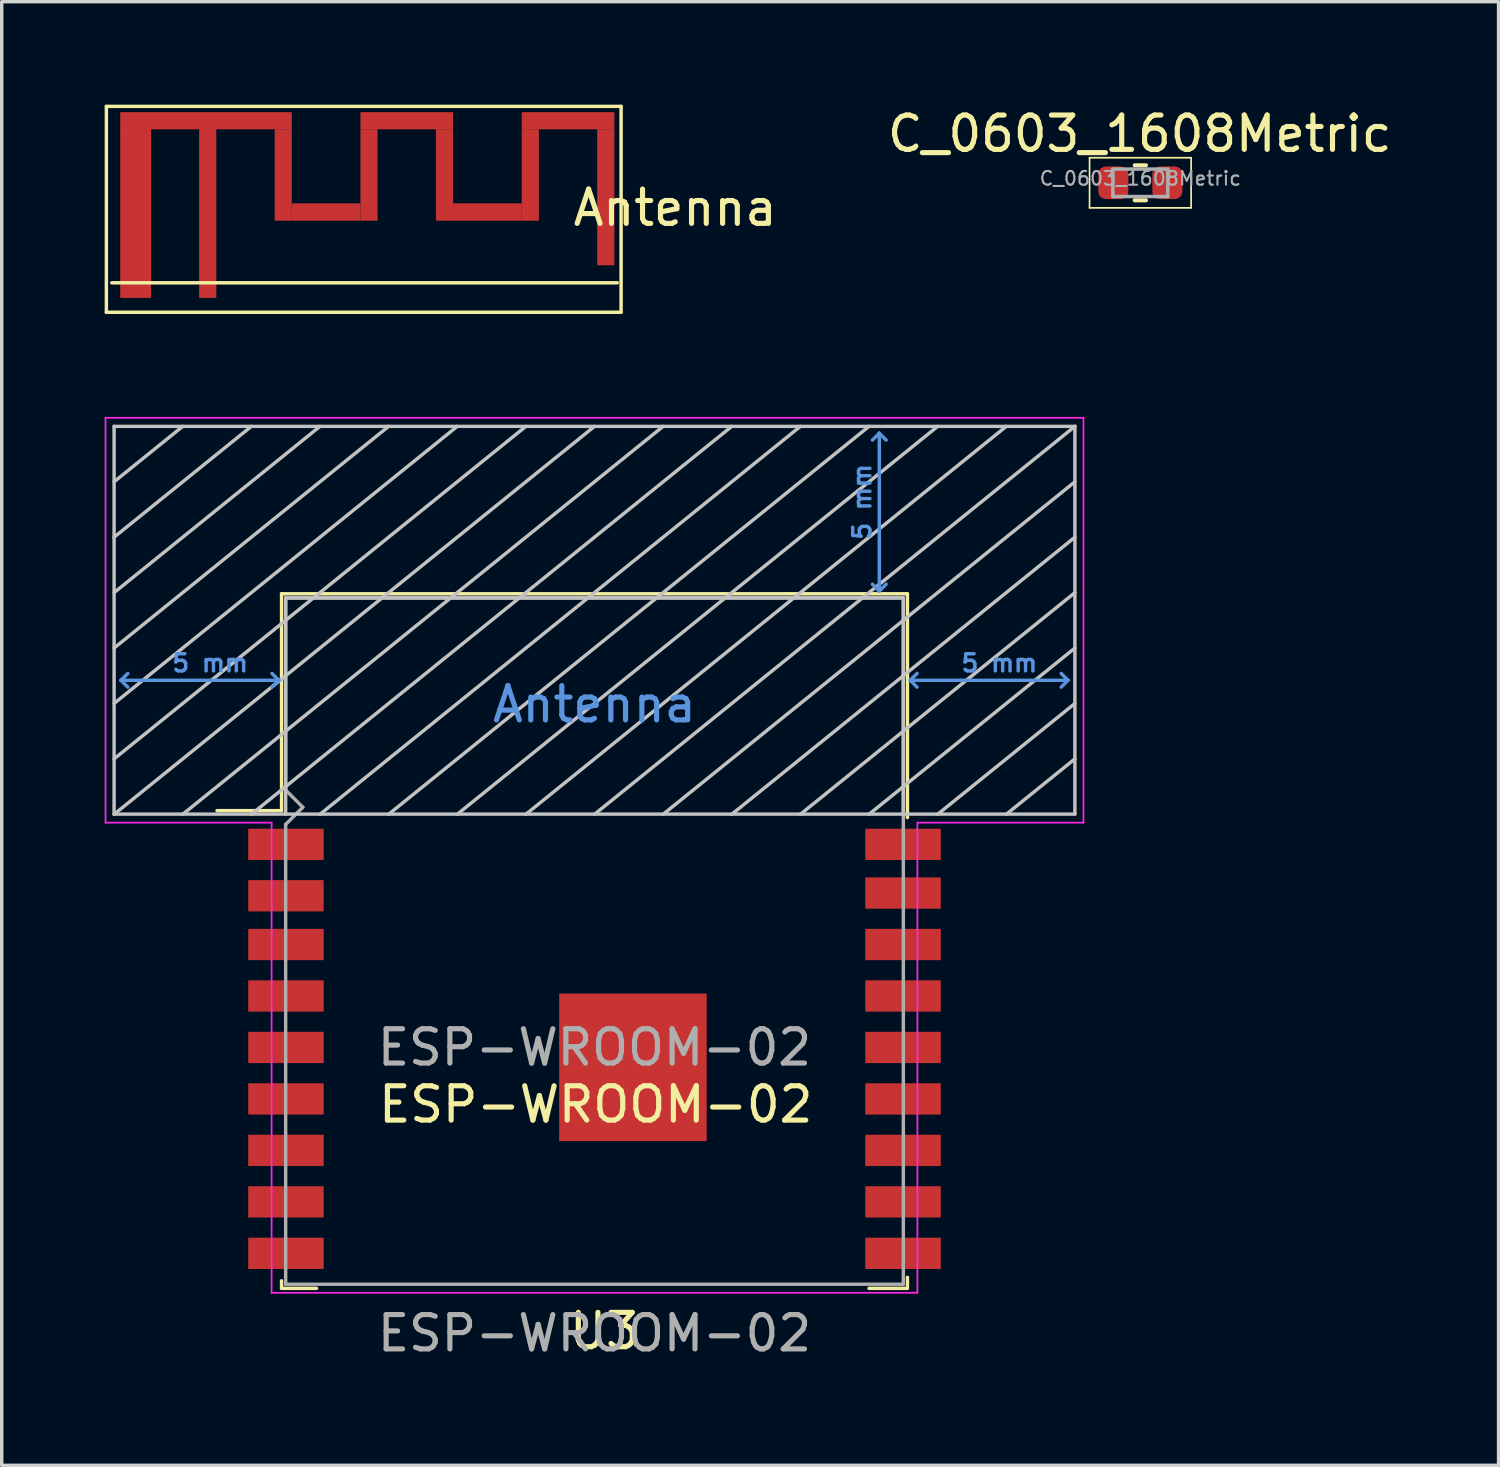
<source format=kicad_pcb>
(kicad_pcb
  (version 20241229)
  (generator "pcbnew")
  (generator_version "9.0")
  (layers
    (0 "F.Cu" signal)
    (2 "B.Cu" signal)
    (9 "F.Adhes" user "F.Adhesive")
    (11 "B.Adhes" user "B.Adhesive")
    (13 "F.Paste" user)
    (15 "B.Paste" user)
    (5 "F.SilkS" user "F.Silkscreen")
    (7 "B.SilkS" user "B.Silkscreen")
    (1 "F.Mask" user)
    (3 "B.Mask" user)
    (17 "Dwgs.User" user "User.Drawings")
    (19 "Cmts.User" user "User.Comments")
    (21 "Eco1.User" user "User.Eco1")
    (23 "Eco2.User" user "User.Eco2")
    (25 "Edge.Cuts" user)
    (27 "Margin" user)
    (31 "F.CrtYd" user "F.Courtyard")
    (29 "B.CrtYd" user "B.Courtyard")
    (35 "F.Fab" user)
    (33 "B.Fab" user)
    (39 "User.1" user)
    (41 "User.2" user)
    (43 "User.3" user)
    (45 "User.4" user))
  (footprint "C_0603_1608Metric"
    (layer "F.Cu")
    (at 30.182 2.277)
    (property "Reference" "C_0603_1608Metric" (at -0.019 -1.429 0) (layer "F.SilkS") (effects (font (size 1 1) (thickness 0.15))))
    (attr smd)
    (fp_line (start -1.48 -0.73) (end 1.48 -0.73) (stroke (width 0.05) (type solid)) (layer "F.SilkS"))
    (fp_line (start -1.48 0.73) (end -1.48 -0.73) (stroke (width 0.05) (type solid)) (layer "F.SilkS"))
    (fp_line (start -0.163 -0.51) (end 0.163 -0.51) (stroke (width 0.12) (type solid)) (layer "F.SilkS"))
    (fp_line (start -0.163 0.51) (end 0.163 0.51) (stroke (width 0.12) (type solid)) (layer "F.SilkS"))
    (fp_line (start 1.48 -0.73) (end 1.48 0.73) (stroke (width 0.05) (type solid)) (layer "F.SilkS"))
    (fp_line (start 1.48 0.73) (end -1.48 0.73) (stroke (width 0.05) (type solid)) (layer "F.SilkS"))
    (fp_line (start -0.8 -0.4) (end 0.8 -0.4) (stroke (width 0.1) (type solid)) (layer "F.Fab"))
    (fp_line (start -0.8 0.4) (end -0.8 -0.4) (stroke (width 0.1) (type solid)) (layer "F.Fab"))
    (fp_line (start 0.8 -0.4) (end 0.8 0.4) (stroke (width 0.1) (type solid)) (layer "F.Fab"))
    (fp_line (start 0.8 0.4) (end -0.8 0.4) (stroke (width 0.1) (type solid)) (layer "F.Fab"))
    (fp_text user "${REFERENCE}" (at 0 -0.127 0) (layer "F.Fab") (effects (font (size 0.4 0.4) (thickness 0.06))))
    (pad "1" smd roundrect (at -0.787 0) (size 0.875 0.95) (layers "F.Cu" "F.Mask" "F.Paste") (roundrect_rratio 0.25))
    (pad "2" smd roundrect (at 0.787 0) (size 0.875 0.95) (layers "F.Cu" "F.Mask" "F.Paste") (roundrect_rratio 0.25)))
  (footprint "Antenna"
    (layer "F.Cu")
    (at 7.254 2.929)
    (property "Reference" "Antenna" (at 9.373 0.076 0) (layer "F.SilkS") (effects (font (size 1 1) (thickness 0.15))))
    (attr through_hole)
    (fp_line (start -7.204 -2.879) (end 7.796 -2.879) (stroke (width 0.1) (type solid)) (layer "F.SilkS"))
    (fp_line (start -7.204 3.121) (end -7.204 -2.879) (stroke (width 0.1) (type solid)) (layer "F.SilkS"))
    (fp_line (start -7.204 3.121) (end 7.796 3.121) (stroke (width 0.1) (type solid)) (layer "F.SilkS"))
    (fp_line (start 7.686 2.262) (end -7.046 2.262) (stroke (width 0.1) (type solid)) (layer "F.SilkS"))
    (fp_line (start 7.796 3.121) (end 7.796 -2.879) (stroke (width 0.1) (type solid)) (layer "F.SilkS"))
    (pad "" smd rect (at -4.3 -2.46 270) (size 0.5 5) (layers "F.Cu" "F.Mask"))
    (pad "" smd rect (at -2.05 -0.88) (size 0.5 2.665) (layers "F.Cu" "F.Mask"))
    (pad "" smd rect (at -0.8 0.2 90) (size 0.505 2) (layers "F.Cu" "F.Mask"))
    (pad "" smd rect (at 0.45 -0.88) (size 0.5 2.665) (layers "F.Cu" "F.Mask"))
    (pad "" smd rect (at 1.55 -2.46 90) (size 0.5 2.7) (layers "F.Cu" "F.Mask"))
    (pad "" smd rect (at 2.65 -0.88) (size 0.5 2.665) (layers "F.Cu" "F.Mask"))
    (pad "" smd rect (at 3.9 0.2 90) (size 0.505 2) (layers "F.Cu" "F.Mask"))
    (pad "" smd rect (at 5.15 -0.88 180) (size 0.5 2.665) (layers "F.Cu" "F.Mask"))
    (pad "" smd rect (at 6.25 -2.46 270) (size 0.5 2.7) (layers "F.Cu" "F.Mask"))
    (pad "" smd rect (at 7.35 -0.23) (size 0.5 3.965) (layers "F.Cu" "F.Mask"))
    (pad "1" smd rect (at -4.25 0.24 180) (size 0.5 4.925) (layers "F.Cu" "F.Mask"))
    (pad "2" smd rect (at -6.35 0.24 270) (size 4.925 0.9) (layers "F.Cu" "F.Mask")))
  (footprint "ESP-WROOM-02"
    (layer "F.Cu")
    (at 14.021 20.871)
    (property "Reference" "ESP-WROOM-02" (at 0.291 8.266 180) (layer "F.SilkS") (effects (font (size 1 1) (thickness 0.15))))
    (attr through_hole)
    (fp_line (start -8.866 -6.616) (end -8.866 -0.296) (stroke (width 0.1) (type solid)) (layer "F.SilkS"))
    (fp_line (start -8.866 -6.616) (end 9.374 -6.616) (stroke (width 0.1) (type solid)) (layer "F.SilkS"))
    (fp_line (start -8.866 -0.296) (end -10.746 -0.296) (stroke (width 0.1) (type solid)) (layer "F.SilkS"))
    (fp_line (start -8.866 13.404) (end -8.866 13.624) (stroke (width 0.1) (type solid)) (layer "F.SilkS"))
    (fp_line (start -8.866 13.624) (end -7.846 13.624) (stroke (width 0.1) (type solid)) (layer "F.SilkS"))
    (fp_line (start 8.254 13.624) (end 9.374 13.624) (stroke (width 0.1) (type solid)) (layer "F.SilkS"))
    (fp_line (start 9.374 -6.616) (end 9.374 -0.096) (stroke (width 0.1) (type solid)) (layer "F.SilkS"))
    (fp_line (start 9.374 13.304) (end 9.374 13.604) (stroke (width 0.1) (type solid)) (layer "F.SilkS"))
    (fp_line (start -13.746 -0.196) (end -13.746 -11.496) (stroke (width 0.1) (type solid)) (layer "Dwgs.User"))
    (fp_line (start -11.746 -11.496) (end -13.746 -9.881) (stroke (width 0.1) (type solid)) (layer "Dwgs.User"))
    (fp_line (start -9.746 -11.496) (end -13.746 -8.266) (stroke (width 0.1) (type solid)) (layer "Dwgs.User"))
    (fp_line (start -8.746 -6.496) (end 9.254 -6.496) (stroke (width 0.1) (type solid)) (layer "Dwgs.User"))
    (fp_line (start -8.746 -0.196) (end -8.746 -6.496) (stroke (width 0.1) (type solid)) (layer "Dwgs.User"))
    (fp_line (start -7.746 -11.496) (end -13.746 -6.651) (stroke (width 0.1) (type solid)) (layer "Dwgs.User"))
    (fp_line (start -7.746 -0.191) (end 6.254 -11.496) (stroke (width 0.1) (type solid)) (layer "Dwgs.User"))
    (fp_line (start -5.746 -11.496) (end -13.746 -5.036) (stroke (width 0.1) (type solid)) (layer "Dwgs.User"))
    (fp_line (start -3.746 -11.496) (end -13.746 -3.421) (stroke (width 0.1) (type solid)) (layer "Dwgs.User"))
    (fp_line (start -1.746 -11.496) (end -13.746 -1.806) (stroke (width 0.1) (type solid)) (layer "Dwgs.User"))
    (fp_line (start 0.254 -11.496) (end -13.746 -0.191) (stroke (width 0.1) (type solid)) (layer "Dwgs.User"))
    (fp_line (start 2.254 -11.496) (end -11.746 -0.191) (stroke (width 0.1) (type solid)) (layer "Dwgs.User"))
    (fp_line (start 4.254 -11.496) (end -9.746 -0.191) (stroke (width 0.1) (type solid)) (layer "Dwgs.User"))
    (fp_line (start 8.254 -11.496) (end -5.746 -0.191) (stroke (width 0.1) (type solid)) (layer "Dwgs.User"))
    (fp_line (start 9.254 -6.496) (end 9.254 -0.176) (stroke (width 0.1) (type solid)) (layer "Dwgs.User"))
    (fp_line (start 10.254 -11.496) (end -3.746 -0.191) (stroke (width 0.1) (type solid)) (layer "Dwgs.User"))
    (fp_line (start 12.254 -11.496) (end -1.746 -0.191) (stroke (width 0.1) (type solid)) (layer "Dwgs.User"))
    (fp_line (start 14.254 -11.496) (end -13.746 -11.496) (stroke (width 0.1) (type solid)) (layer "Dwgs.User"))
    (fp_line (start 14.254 -11.496) (end 0.254 -0.191) (stroke (width 0.1) (type solid)) (layer "Dwgs.User"))
    (fp_line (start 14.254 -9.881) (end 2.254 -0.191) (stroke (width 0.1) (type solid)) (layer "Dwgs.User"))
    (fp_line (start 14.254 -8.266) (end 4.254 -0.191) (stroke (width 0.1) (type solid)) (layer "Dwgs.User"))
    (fp_line (start 14.254 -6.651) (end 6.254 -0.191) (stroke (width 0.1) (type solid)) (layer "Dwgs.User"))
    (fp_line (start 14.254 -5.036) (end 8.254 -0.191) (stroke (width 0.1) (type solid)) (layer "Dwgs.User"))
    (fp_line (start 14.254 -3.421) (end 10.254 -0.191) (stroke (width 0.1) (type solid)) (layer "Dwgs.User"))
    (fp_line (start 14.254 -1.806) (end 12.254 -0.191) (stroke (width 0.1) (type solid)) (layer "Dwgs.User"))
    (fp_line (start 14.254 -0.196) (end -13.746 -0.196) (stroke (width 0.1) (type solid)) (layer "Dwgs.User"))
    (fp_line (start 14.254 -0.196) (end 14.254 -11.496) (stroke (width 0.1) (type solid)) (layer "Dwgs.User"))
    (fp_line (start -13.546 -4.096) (end -13.346 -4.296) (stroke (width 0.1) (type solid)) (layer "Cmts.User"))
    (fp_line (start -13.546 -4.096) (end -13.346 -3.896) (stroke (width 0.1) (type solid)) (layer "Cmts.User"))
    (fp_line (start -13.546 -4.096) (end -8.946 -4.096) (stroke (width 0.1) (type solid)) (layer "Cmts.User"))
    (fp_line (start -8.946 -4.096) (end -9.146 -4.296) (stroke (width 0.1) (type solid)) (layer "Cmts.User"))
    (fp_line (start -8.946 -4.096) (end -9.146 -3.896) (stroke (width 0.1) (type solid)) (layer "Cmts.User"))
    (fp_line (start 8.554 -11.296) (end 8.354 -11.096) (stroke (width 0.1) (type solid)) (layer "Cmts.User"))
    (fp_line (start 8.554 -11.296) (end 8.754 -11.096) (stroke (width 0.1) (type solid)) (layer "Cmts.User"))
    (fp_line (start 8.554 -6.696) (end 8.354 -6.896) (stroke (width 0.1) (type solid)) (layer "Cmts.User"))
    (fp_line (start 8.554 -6.696) (end 8.554 -11.296) (stroke (width 0.1) (type solid)) (layer "Cmts.User"))
    (fp_line (start 8.554 -6.696) (end 8.754 -6.896) (stroke (width 0.1) (type solid)) (layer "Cmts.User"))
    (fp_line (start 9.454 -4.096) (end 9.654 -4.296) (stroke (width 0.1) (type solid)) (layer "Cmts.User"))
    (fp_line (start 9.454 -4.096) (end 9.654 -3.896) (stroke (width 0.1) (type solid)) (layer "Cmts.User"))
    (fp_line (start 9.454 -4.096) (end 14.054 -4.096) (stroke (width 0.1) (type solid)) (layer "Cmts.User"))
    (fp_line (start 14.054 -4.096) (end 13.854 -4.296) (stroke (width 0.1) (type solid)) (layer "Cmts.User"))
    (fp_line (start 14.054 -4.096) (end 13.854 -3.896) (stroke (width 0.1) (type solid)) (layer "Cmts.User"))
    (fp_line (start -13.996 -11.746) (end -13.996 0.054) (stroke (width 0.05) (type solid)) (layer "F.CrtYd"))
    (fp_line (start -13.996 -11.746) (end 14.504 -11.746) (stroke (width 0.05) (type solid)) (layer "F.CrtYd"))
    (fp_line (start -13.996 0.054) (end -9.156 0.054) (stroke (width 0.05) (type solid)) (layer "F.CrtYd"))
    (fp_line (start -9.156 13.754) (end -9.156 0.054) (stroke (width 0.05) (type solid)) (layer "F.CrtYd"))
    (fp_line (start -9.156 13.754) (end 9.664 13.754) (stroke (width 0.05) (type solid)) (layer "F.CrtYd"))
    (fp_line (start 9.664 0.054) (end 9.664 13.754) (stroke (width 0.05) (type solid)) (layer "F.CrtYd"))
    (fp_line (start 9.664 0.054) (end 14.504 0.054) (stroke (width 0.05) (type solid)) (layer "F.CrtYd"))
    (fp_line (start 14.504 -11.746) (end 14.504 0.054) (stroke (width 0.05) (type solid)) (layer "F.CrtYd"))
    (fp_line (start -8.746 -6.496) (end -8.746 -0.896) (stroke (width 0.1) (type solid)) (layer "F.Fab"))
    (fp_line (start -8.746 -6.496) (end 9.254 -6.496) (stroke (width 0.1) (type solid)) (layer "F.Fab"))
    (fp_line (start -8.746 -0.896) (end -8.246 -0.396) (stroke (width 0.1) (type solid)) (layer "F.Fab"))
    (fp_line (start -8.746 0.104) (end -8.746 13.504) (stroke (width 0.1) (type solid)) (layer "F.Fab"))
    (fp_line (start -8.746 13.504) (end 9.254 13.504) (stroke (width 0.1) (type solid)) (layer "F.Fab"))
    (fp_line (start -8.246 -0.396) (end -8.746 0.104) (stroke (width 0.1) (type solid)) (layer "F.Fab"))
    (fp_line (start 9.254 13.504) (end 9.254 -6.496) (stroke (width 0.1) (type solid)) (layer "F.Fab"))
    (fp_text user "U3" (at 0.545 14.87 180) (layer "F.SilkS") (effects (font (size 1 1) (thickness 0.15))))
    (fp_text user "5 mm" (at 12.054 -4.596 0) (layer "Cmts.User") (effects (font (size 0.5 0.5) (thickness 0.1))))
    (fp_text user "Antenna" (at 0.254 -3.396 0) (layer "Cmts.User") (effects (font (size 1 1) (thickness 0.15))))
    (fp_text user "5 mm" (at -10.946 -4.596 0) (layer "Cmts.User") (effects (font (size 0.5 0.5) (thickness 0.1))))
    (fp_text user "5 mm" (at 8.054 -9.296 90) (layer "Cmts.User") (effects (font (size 0.5 0.5) (thickness 0.1))))
    (fp_text user "${REFERENCE}" (at 0.254 6.604 0) (layer "F.Fab") (effects (font (size 1 1) (thickness 0.15))))
    (fp_text user "ESP-WROOM-02" (at 0.254 14.934 0) (layer "F.Fab") (effects (font (size 1 1) (thickness 0.15))))
    (pad "1" smd rect (at -8.738 0.686) (size 2.2 0.912) (layers "F.Cu" "F.Mask" "F.Paste"))
    (pad "2" smd rect (at -8.738 2.184) (size 2.2 0.912) (layers "F.Cu" "F.Mask" "F.Paste"))
    (pad "3" smd rect (at -8.738 3.604) (size 2.2 0.912) (layers "F.Cu" "F.Mask" "F.Paste"))
    (pad "4" smd rect (at -8.738 5.104) (size 2.2 0.912) (layers "F.Cu" "F.Mask" "F.Paste"))
    (pad "5" smd rect (at -8.738 6.604) (size 2.2 0.912) (layers "F.Cu" "F.Mask" "F.Paste"))
    (pad "6" smd rect (at -8.738 8.104) (size 2.2 0.912) (layers "F.Cu" "F.Mask" "F.Paste"))
    (pad "7" smd rect (at -8.738 9.604) (size 2.2 0.912) (layers "F.Cu" "F.Mask" "F.Paste"))
    (pad "8" smd rect (at -8.738 11.104) (size 2.2 0.912) (layers "F.Cu" "F.Mask" "F.Paste"))
    (pad "9" smd rect (at -8.738 12.604) (size 2.2 0.912) (layers "F.Cu" "F.Mask" "F.Paste"))
    (pad "10" smd rect (at 9.246 12.604) (size 2.2 0.912) (layers "F.Cu" "F.Mask" "F.Paste"))
    (pad "11" smd rect (at 9.246 11.104) (size 2.2 0.912) (layers "F.Cu" "F.Mask" "F.Paste"))
    (pad "12" smd rect (at 9.246 9.604) (size 2.2 0.912) (layers "F.Cu" "F.Mask" "F.Paste"))
    (pad "13" smd rect (at 9.246 8.104) (size 2.2 0.912) (layers "F.Cu" "F.Mask" "F.Paste"))
    (pad "14" smd rect (at 9.246 6.604) (size 2.2 0.912) (layers "F.Cu" "F.Mask" "F.Paste"))
    (pad "15" smd rect (at 9.246 5.104) (size 2.2 0.912) (layers "F.Cu" "F.Mask" "F.Paste"))
    (pad "16" smd rect (at 9.246 3.604) (size 2.2 0.912) (layers "F.Cu" "F.Mask" "F.Paste"))
    (pad "17" smd rect (at 9.246 2.104) (size 2.2 0.912) (layers "F.Cu" "F.Mask" "F.Paste"))
    (pad "18" smd rect (at 9.246 0.686) (size 2.2 0.912) (layers "F.Cu" "F.Mask" "F.Paste"))
    (pad "19" smd rect (at 1.374 7.184) (size 4.3 4.3) (layers "F.Cu" "F.Mask" "F.Paste")))
  (gr_rect
    (start -3 -3)
    (end 40.621 39.653)
    (stroke (width 0.1) (type default))
    (fill no)
    (layer "Edge.Cuts")))
</source>
